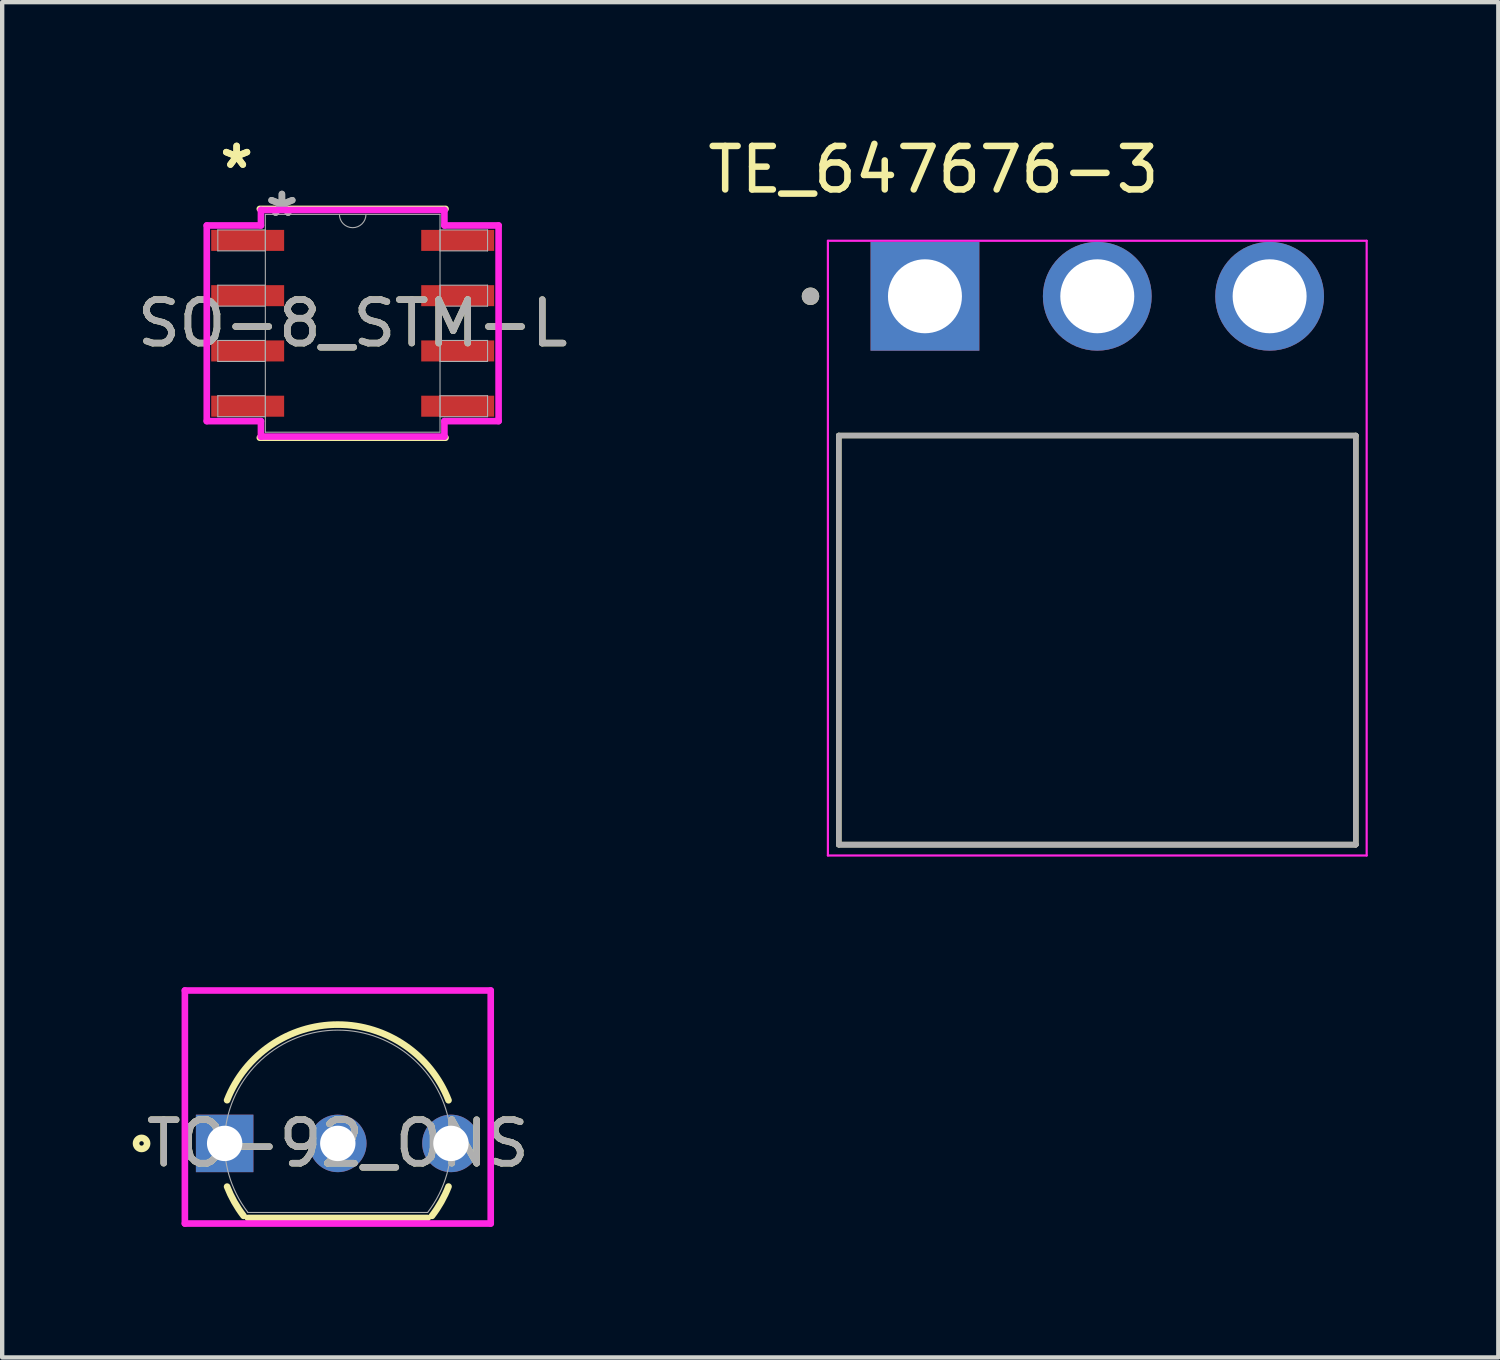
<source format=kicad_pcb>
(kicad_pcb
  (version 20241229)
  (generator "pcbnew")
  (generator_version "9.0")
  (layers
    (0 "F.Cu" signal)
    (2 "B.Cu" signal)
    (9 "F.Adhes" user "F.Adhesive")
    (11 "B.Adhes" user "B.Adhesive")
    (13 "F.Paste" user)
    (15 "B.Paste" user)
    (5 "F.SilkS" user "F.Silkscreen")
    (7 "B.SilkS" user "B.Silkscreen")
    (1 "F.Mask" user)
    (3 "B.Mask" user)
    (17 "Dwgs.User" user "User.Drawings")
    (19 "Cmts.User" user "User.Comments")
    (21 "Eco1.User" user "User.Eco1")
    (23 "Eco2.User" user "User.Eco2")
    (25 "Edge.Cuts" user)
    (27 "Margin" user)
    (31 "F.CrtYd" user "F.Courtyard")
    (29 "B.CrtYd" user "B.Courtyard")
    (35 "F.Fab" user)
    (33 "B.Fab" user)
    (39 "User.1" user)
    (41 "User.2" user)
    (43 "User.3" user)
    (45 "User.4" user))
  (footprint "TO-92_ONS"
    (layer "F.Cu")
    (at 2.112 23.224)
    (property "Reference" "TO-92_ONS" (at 2.6 0 0) (unlocked yes) (layer "F.SilkS") (effects (font (size 1 1) (thickness 0.15))))
    (attr through_hole)
    (fp_line (start 0.536 1.714) (end 4.664 1.714) (stroke (width 0.152) (type solid)) (layer "F.SilkS"))
    (fp_arc (start 0.056517 -0.99314) (mid 2.600845 -2.7305) (end 5.144097 -0.991565) (stroke (width 0.1524) (type solid)) (layer "F.SilkS"))
    (fp_arc (start 0.435836 1.66494) (mid 0.22233 1.342504) (end 0.056518 0.993141) (stroke (width 0.1524) (type solid)) (layer "F.SilkS"))
    (fp_arc (start 5.144097 0.991565) (mid 4.978085 1.341768) (end 4.764164 1.66494) (stroke (width 0.1524) (type solid)) (layer "F.SilkS"))
    (fp_circle (center -1.909 0) (end -1.782 0) (stroke (width 0.152) (type solid)) (fill no) (layer "F.SilkS"))
    (fp_line (start -0.914 -3.514) (end 6.114 -3.514) (stroke (width 0.152) (type solid)) (layer "F.CrtYd"))
    (fp_line (start -0.914 1.841) (end -0.914 -3.514) (stroke (width 0.152) (type solid)) (layer "F.CrtYd"))
    (fp_line (start 6.114 -3.514) (end 6.114 1.841) (stroke (width 0.152) (type solid)) (layer "F.CrtYd"))
    (fp_line (start 6.114 1.841) (end -0.914 1.841) (stroke (width 0.152) (type solid)) (layer "F.CrtYd"))
    (fp_line (start -0.254 0) (end 0.254 0) (stroke (width 0.152) (type solid)) (layer "F.Fab"))
    (fp_line (start 0 0.254) (end 0 -0.254) (stroke (width 0.152) (type solid)) (layer "F.Fab"))
    (fp_line (start 0.536 1.587) (end 4.664 1.587) (stroke (width 0.025) (type solid)) (layer "F.Fab"))
    (fp_arc (start 0.536493 1.587499) (mid 2.600001 -2.6035) (end 4.663506 1.5875) (stroke (width 0.0254) (type solid)) (layer "F.Fab"))
    (fp_circle (center 0.251 0) (end 0.378 0) (stroke (width 0.025) (type solid)) (fill no) (layer "F.Fab"))
    (fp_text user "${REFERENCE}" (at 2.6 0 0) (unlocked yes) (layer "F.Fab") (effects (font (size 1 1) (thickness 0.15))))
    (pad "1" thru_hole rect (at 0 0) (size 1.321 1.321) (drill 0.813) (layers "*.Cu" "*.Mask"))
    (pad "2" thru_hole circle (at 2.6 0) (size 1.321 1.321) (drill 0.813) (layers "*.Cu" "*.Mask"))
    (pad "3" thru_hole circle (at 5.2 0) (size 1.321 1.321) (drill 0.813) (layers "*.Cu" "*.Mask")))
  (footprint "TE_647676-3"
    (layer "F.Cu")
    (at 18.204 3.758)
    (property "Reference" "TE_647676-3" (at 0.195 -2.91 0) (layer "F.SilkS") (effects (font (size 1 1) (thickness 0.15))))
    (attr through_hole)
    (fp_line (start -1.98 12.6) (end -1.98 3.2) (stroke (width 0.127) (type solid)) (layer "F.SilkS"))
    (fp_line (start 9.9 3.2) (end -1.98 3.2) (stroke (width 0.127) (type solid)) (layer "F.SilkS"))
    (fp_line (start 9.9 3.2) (end 9.9 12.6) (stroke (width 0.127) (type solid)) (layer "F.SilkS"))
    (fp_line (start 9.9 12.6) (end -1.98 12.6) (stroke (width 0.127) (type solid)) (layer "F.SilkS"))
    (fp_circle (center -2.63 0) (end -2.53 0) (stroke (width 0.2) (type solid)) (fill no) (layer "F.SilkS"))
    (fp_line (start -2.23 -1.275) (end 10.15 -1.275) (stroke (width 0.05) (type solid)) (layer "F.CrtYd"))
    (fp_line (start -2.23 12.85) (end -2.23 -1.275) (stroke (width 0.05) (type solid)) (layer "F.CrtYd"))
    (fp_line (start 10.15 -1.275) (end 10.15 12.85) (stroke (width 0.05) (type solid)) (layer "F.CrtYd"))
    (fp_line (start 10.15 12.85) (end -2.23 12.85) (stroke (width 0.05) (type solid)) (layer "F.CrtYd"))
    (fp_line (start -1.98 3.2) (end 9.9 3.2) (stroke (width 0.127) (type solid)) (layer "F.Fab"))
    (fp_line (start -1.98 12.6) (end -1.98 3.2) (stroke (width 0.127) (type solid)) (layer "F.Fab"))
    (fp_line (start -1.98 12.6) (end -1.98 12.6) (stroke (width 0.127) (type solid)) (layer "F.Fab"))
    (fp_line (start -1.98 12.6) (end 9.9 12.6) (stroke (width 0.127) (type solid)) (layer "F.Fab"))
    (fp_line (start 9.9 3.2) (end 9.9 12.6) (stroke (width 0.127) (type solid)) (layer "F.Fab"))
    (fp_line (start 9.9 12.6) (end -1.98 12.6) (stroke (width 0.127) (type solid)) (layer "F.Fab"))
    (fp_line (start 9.9 12.6) (end 9.9 12.6) (stroke (width 0.127) (type solid)) (layer "F.Fab"))
    (fp_circle (center -2.63 0) (end -2.53 0) (stroke (width 0.2) (type solid)) (fill no) (layer "F.Fab"))
    (pad "1" thru_hole rect (at 0 0) (size 2.5 2.5) (drill 1.7) (layers "*.Cu" "*.Mask"))
    (pad "2" thru_hole circle (at 3.96 0) (size 2.5 2.5) (drill 1.7) (layers "*.Cu" "*.Mask"))
    (pad "3" thru_hole circle (at 7.92 0) (size 2.5 2.5) (drill 1.7) (layers "*.Cu" "*.Mask")))
  (footprint "SO-8_STM-L"
    (layer "F.Cu")
    (at 5.054 4.379)
    (property "Reference" "SO-8_STM-L" (at 0 0 0) (unlocked yes) (layer "F.SilkS") (effects (font (size 1 1) (thickness 0.15))))
    (attr smd)
    (fp_line (start -2.134 2.629) (end 2.134 2.629) (stroke (width 0.152) (type solid)) (layer "F.SilkS"))
    (fp_line (start 2.134 -2.629) (end -2.134 -2.629) (stroke (width 0.152) (type solid)) (layer "F.SilkS"))
    (fp_line (start -3.353 -2.248) (end -2.108 -2.248) (stroke (width 0.152) (type solid)) (layer "F.CrtYd"))
    (fp_line (start -3.353 2.248) (end -3.353 -2.248) (stroke (width 0.152) (type solid)) (layer "F.CrtYd"))
    (fp_line (start -3.353 2.248) (end -2.108 2.248) (stroke (width 0.152) (type solid)) (layer "F.CrtYd"))
    (fp_line (start -2.108 -2.603) (end 2.108 -2.603) (stroke (width 0.152) (type solid)) (layer "F.CrtYd"))
    (fp_line (start -2.108 -2.248) (end -2.108 -2.603) (stroke (width 0.152) (type solid)) (layer "F.CrtYd"))
    (fp_line (start -2.108 2.603) (end -2.108 2.248) (stroke (width 0.152) (type solid)) (layer "F.CrtYd"))
    (fp_line (start 2.108 -2.603) (end 2.108 -2.248) (stroke (width 0.152) (type solid)) (layer "F.CrtYd"))
    (fp_line (start 2.108 2.248) (end 2.108 2.603) (stroke (width 0.152) (type solid)) (layer "F.CrtYd"))
    (fp_line (start 2.108 2.603) (end -2.108 2.603) (stroke (width 0.152) (type solid)) (layer "F.CrtYd"))
    (fp_line (start 3.353 -2.248) (end 2.108 -2.248) (stroke (width 0.152) (type solid)) (layer "F.CrtYd"))
    (fp_line (start 3.353 -2.248) (end 3.353 2.248) (stroke (width 0.152) (type solid)) (layer "F.CrtYd"))
    (fp_line (start 3.353 2.248) (end 2.108 2.248) (stroke (width 0.152) (type solid)) (layer "F.CrtYd"))
    (fp_line (start -3.099 -2.146) (end -3.099 -1.664) (stroke (width 0.025) (type solid)) (layer "F.Fab"))
    (fp_line (start -3.099 -1.664) (end -2.007 -1.664) (stroke (width 0.025) (type solid)) (layer "F.Fab"))
    (fp_line (start -3.099 -0.876) (end -3.099 -0.394) (stroke (width 0.025) (type solid)) (layer "F.Fab"))
    (fp_line (start -3.099 -0.394) (end -2.007 -0.394) (stroke (width 0.025) (type solid)) (layer "F.Fab"))
    (fp_line (start -3.099 0.394) (end -3.099 0.876) (stroke (width 0.025) (type solid)) (layer "F.Fab"))
    (fp_line (start -3.099 0.876) (end -2.007 0.876) (stroke (width 0.025) (type solid)) (layer "F.Fab"))
    (fp_line (start -3.099 1.664) (end -3.099 2.146) (stroke (width 0.025) (type solid)) (layer "F.Fab"))
    (fp_line (start -3.099 2.146) (end -2.007 2.146) (stroke (width 0.025) (type solid)) (layer "F.Fab"))
    (fp_line (start -2.007 -2.502) (end -2.007 2.502) (stroke (width 0.025) (type solid)) (layer "F.Fab"))
    (fp_line (start -2.007 -2.146) (end -3.099 -2.146) (stroke (width 0.025) (type solid)) (layer "F.Fab"))
    (fp_line (start -2.007 -1.664) (end -2.007 -2.146) (stroke (width 0.025) (type solid)) (layer "F.Fab"))
    (fp_line (start -2.007 -0.876) (end -3.099 -0.876) (stroke (width 0.025) (type solid)) (layer "F.Fab"))
    (fp_line (start -2.007 -0.394) (end -2.007 -0.876) (stroke (width 0.025) (type solid)) (layer "F.Fab"))
    (fp_line (start -2.007 0.394) (end -3.099 0.394) (stroke (width 0.025) (type solid)) (layer "F.Fab"))
    (fp_line (start -2.007 0.876) (end -2.007 0.394) (stroke (width 0.025) (type solid)) (layer "F.Fab"))
    (fp_line (start -2.007 1.664) (end -3.099 1.664) (stroke (width 0.025) (type solid)) (layer "F.Fab"))
    (fp_line (start -2.007 2.146) (end -2.007 1.664) (stroke (width 0.025) (type solid)) (layer "F.Fab"))
    (fp_line (start -2.007 2.502) (end 2.007 2.502) (stroke (width 0.025) (type solid)) (layer "F.Fab"))
    (fp_line (start 2.007 -2.502) (end -2.007 -2.502) (stroke (width 0.025) (type solid)) (layer "F.Fab"))
    (fp_line (start 2.007 -2.146) (end 2.007 -1.664) (stroke (width 0.025) (type solid)) (layer "F.Fab"))
    (fp_line (start 2.007 -1.664) (end 3.099 -1.664) (stroke (width 0.025) (type solid)) (layer "F.Fab"))
    (fp_line (start 2.007 -0.876) (end 2.007 -0.394) (stroke (width 0.025) (type solid)) (layer "F.Fab"))
    (fp_line (start 2.007 -0.394) (end 3.099 -0.394) (stroke (width 0.025) (type solid)) (layer "F.Fab"))
    (fp_line (start 2.007 0.394) (end 2.007 0.876) (stroke (width 0.025) (type solid)) (layer "F.Fab"))
    (fp_line (start 2.007 0.876) (end 3.099 0.876) (stroke (width 0.025) (type solid)) (layer "F.Fab"))
    (fp_line (start 2.007 1.664) (end 2.007 2.146) (stroke (width 0.025) (type solid)) (layer "F.Fab"))
    (fp_line (start 2.007 2.146) (end 3.099 2.146) (stroke (width 0.025) (type solid)) (layer "F.Fab"))
    (fp_line (start 2.007 2.502) (end 2.007 -2.502) (stroke (width 0.025) (type solid)) (layer "F.Fab"))
    (fp_line (start 3.099 -2.146) (end 2.007 -2.146) (stroke (width 0.025) (type solid)) (layer "F.Fab"))
    (fp_line (start 3.099 -1.664) (end 3.099 -2.146) (stroke (width 0.025) (type solid)) (layer "F.Fab"))
    (fp_line (start 3.099 -0.876) (end 2.007 -0.876) (stroke (width 0.025) (type solid)) (layer "F.Fab"))
    (fp_line (start 3.099 -0.394) (end 3.099 -0.876) (stroke (width 0.025) (type solid)) (layer "F.Fab"))
    (fp_line (start 3.099 0.394) (end 2.007 0.394) (stroke (width 0.025) (type solid)) (layer "F.Fab"))
    (fp_line (start 3.099 0.876) (end 3.099 0.394) (stroke (width 0.025) (type solid)) (layer "F.Fab"))
    (fp_line (start 3.099 1.664) (end 2.007 1.664) (stroke (width 0.025) (type solid)) (layer "F.Fab"))
    (fp_line (start 3.099 2.146) (end 3.099 1.664) (stroke (width 0.025) (type solid)) (layer "F.Fab"))
    (fp_arc (start 0.3048 -2.5019) (mid 0 -2.1971) (end -0.3048 -2.5019) (stroke (width 0.0254) (type solid)) (layer "F.Fab"))
    (fp_text user "*" (at -2.667 -3.531 0) (unlocked yes) (layer "F.SilkS") (effects (font (size 1 1) (thickness 0.15))))
    (fp_text user "*" (at -2.667 -3.531 0) (layer "F.SilkS") (effects (font (size 1 1) (thickness 0.15))))
    (fp_text user "*" (at -1.626 -2.426 0) (layer "F.Fab") (effects (font (size 1 1) (thickness 0.15))))
    (fp_text user "*" (at -1.626 -2.426 0) (unlocked yes) (layer "F.Fab") (effects (font (size 1 1) (thickness 0.15))))
    (fp_text user "${REFERENCE}" (at 0 0 0) (unlocked yes) (layer "F.Fab") (effects (font (size 1 1) (thickness 0.15))))
    (pad "1" smd rect (at -2.413 -1.905) (size 1.676 0.483) (layers "F.Cu" "F.Mask" "F.Paste"))
    (pad "2" smd rect (at -2.413 -0.635) (size 1.676 0.483) (layers "F.Cu" "F.Mask" "F.Paste"))
    (pad "3" smd rect (at -2.413 0.635) (size 1.676 0.483) (layers "F.Cu" "F.Mask" "F.Paste"))
    (pad "4" smd rect (at -2.413 1.905) (size 1.676 0.483) (layers "F.Cu" "F.Mask" "F.Paste"))
    (pad "5" smd rect (at 2.413 1.905) (size 1.676 0.483) (layers "F.Cu" "F.Mask" "F.Paste"))
    (pad "6" smd rect (at 2.413 0.635) (size 1.676 0.483) (layers "F.Cu" "F.Mask" "F.Paste"))
    (pad "7" smd rect (at 2.413 -0.635) (size 1.676 0.483) (layers "F.Cu" "F.Mask" "F.Paste"))
    (pad "8" smd rect (at 2.413 -1.905) (size 1.676 0.483) (layers "F.Cu" "F.Mask" "F.Paste")))
  (gr_rect
    (start -3 -3)
    (end 31.379 28.142)
    (stroke (width 0.1) (type default))
    (fill no)
    (layer "Edge.Cuts")))
</source>
